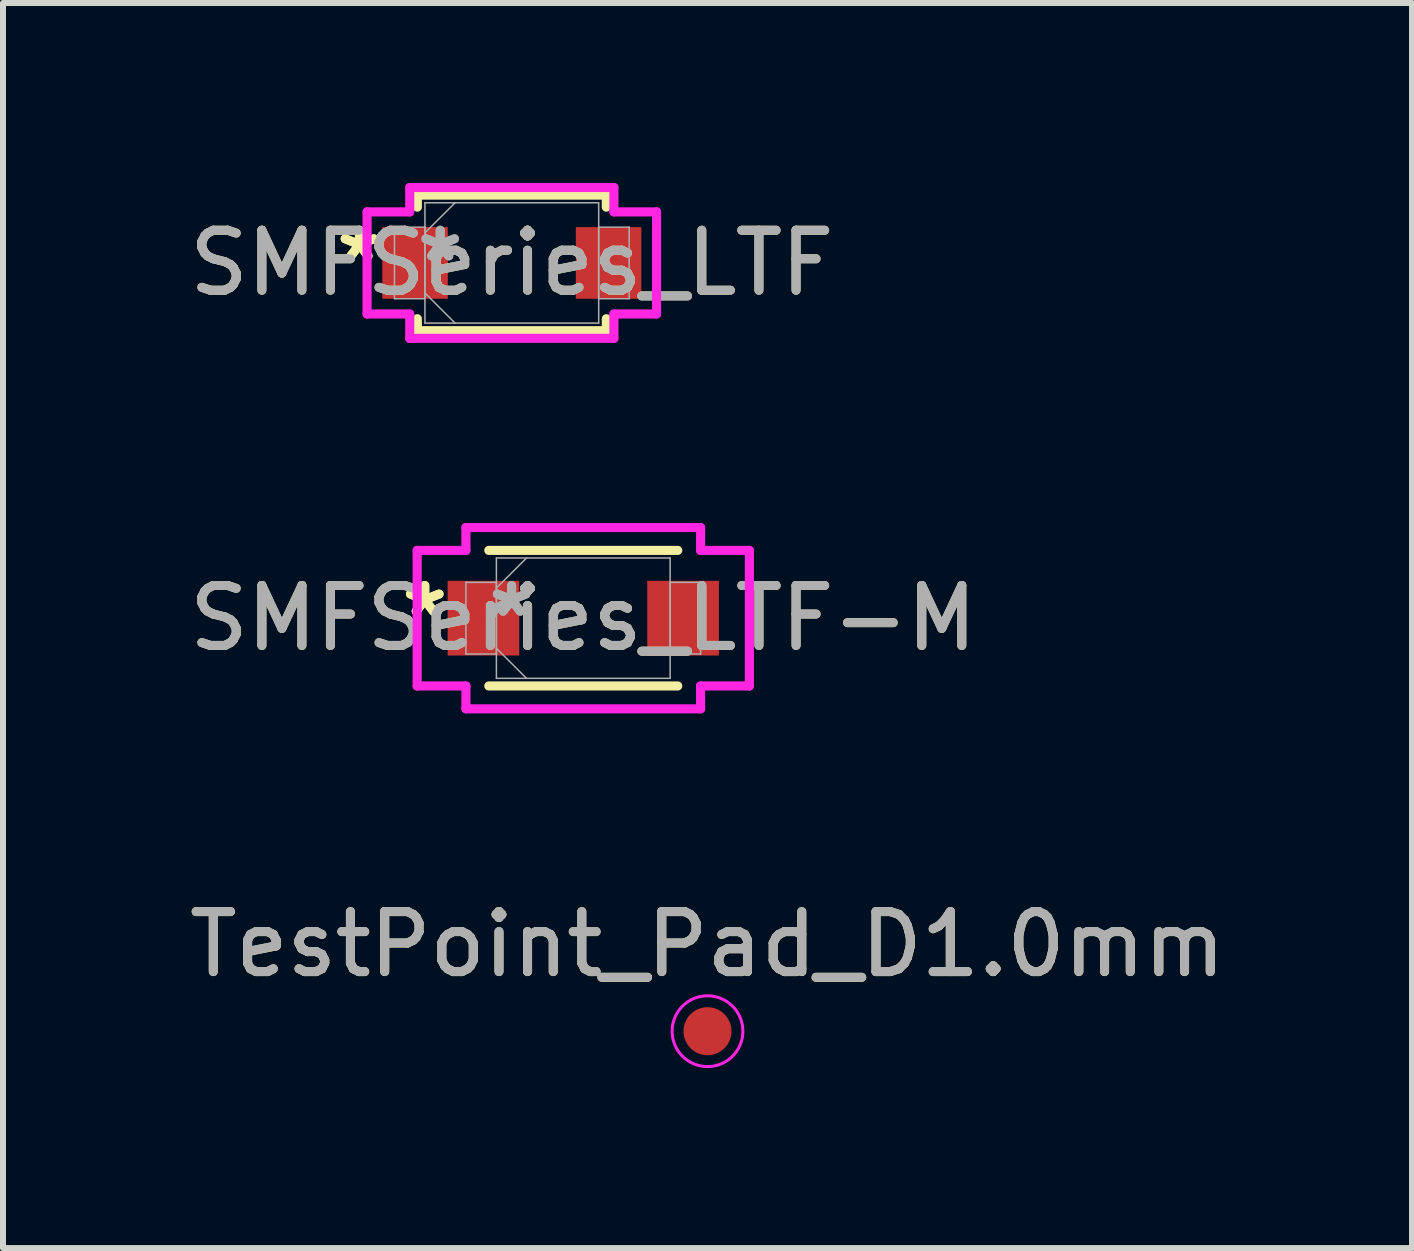
<source format=kicad_pcb>
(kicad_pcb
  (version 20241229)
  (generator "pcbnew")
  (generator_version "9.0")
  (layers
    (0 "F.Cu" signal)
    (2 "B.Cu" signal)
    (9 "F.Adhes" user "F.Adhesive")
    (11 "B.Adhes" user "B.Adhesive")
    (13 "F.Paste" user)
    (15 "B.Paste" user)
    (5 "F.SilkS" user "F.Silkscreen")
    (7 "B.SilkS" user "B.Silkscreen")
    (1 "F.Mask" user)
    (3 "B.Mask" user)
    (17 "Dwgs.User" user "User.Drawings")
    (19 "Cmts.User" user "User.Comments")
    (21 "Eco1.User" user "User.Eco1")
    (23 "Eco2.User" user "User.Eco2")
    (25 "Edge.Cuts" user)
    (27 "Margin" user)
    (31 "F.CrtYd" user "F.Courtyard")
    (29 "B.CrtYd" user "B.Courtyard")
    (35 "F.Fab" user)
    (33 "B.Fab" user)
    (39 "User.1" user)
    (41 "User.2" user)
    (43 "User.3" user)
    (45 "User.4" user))
  (footprint "SMFSeries_LTF"
    (layer "F.Cu")
    (at 5.482 1.333)
    (property "Reference" "SMFSeries_LTF" (at 0 0 0) (unlocked yes) (layer "F.SilkS") (effects (font (size 1 1) (thickness 0.15))))
    (attr smd)
    (fp_line (start -1.575 -1.13) (end -1.575 -0.93) (stroke (width 0.152) (type solid)) (layer "F.SilkS"))
    (fp_line (start -1.575 0.93) (end -1.575 1.13) (stroke (width 0.152) (type solid)) (layer "F.SilkS"))
    (fp_line (start -1.575 1.13) (end 1.575 1.13) (stroke (width 0.152) (type solid)) (layer "F.SilkS"))
    (fp_line (start 1.575 -1.13) (end -1.575 -1.13) (stroke (width 0.152) (type solid)) (layer "F.SilkS"))
    (fp_line (start 1.575 -0.93) (end 1.575 -1.13) (stroke (width 0.152) (type solid)) (layer "F.SilkS"))
    (fp_line (start 1.575 1.13) (end 1.575 0.93) (stroke (width 0.152) (type solid)) (layer "F.SilkS"))
    (fp_line (start -2.413 -0.851) (end -1.702 -0.851) (stroke (width 0.152) (type solid)) (layer "F.CrtYd"))
    (fp_line (start -2.413 0.851) (end -2.413 -0.851) (stroke (width 0.152) (type solid)) (layer "F.CrtYd"))
    (fp_line (start -1.702 -1.257) (end 1.702 -1.257) (stroke (width 0.152) (type solid)) (layer "F.CrtYd"))
    (fp_line (start -1.702 -0.851) (end -1.702 -1.257) (stroke (width 0.152) (type solid)) (layer "F.CrtYd"))
    (fp_line (start -1.702 0.851) (end -2.413 0.851) (stroke (width 0.152) (type solid)) (layer "F.CrtYd"))
    (fp_line (start -1.702 1.257) (end -1.702 0.851) (stroke (width 0.152) (type solid)) (layer "F.CrtYd"))
    (fp_line (start 1.702 -1.257) (end 1.702 -0.851) (stroke (width 0.152) (type solid)) (layer "F.CrtYd"))
    (fp_line (start 1.702 -0.851) (end 2.413 -0.851) (stroke (width 0.152) (type solid)) (layer "F.CrtYd"))
    (fp_line (start 1.702 0.851) (end 1.702 1.257) (stroke (width 0.152) (type solid)) (layer "F.CrtYd"))
    (fp_line (start 1.702 1.257) (end -1.702 1.257) (stroke (width 0.152) (type solid)) (layer "F.CrtYd"))
    (fp_line (start 2.413 -0.851) (end 2.413 0.851) (stroke (width 0.152) (type solid)) (layer "F.CrtYd"))
    (fp_line (start 2.413 0.851) (end 1.702 0.851) (stroke (width 0.152) (type solid)) (layer "F.CrtYd"))
    (fp_line (start -1.956 -0.597) (end -1.956 0.597) (stroke (width 0.025) (type solid)) (layer "F.Fab"))
    (fp_line (start -1.956 0.597) (end -1.448 0.597) (stroke (width 0.025) (type solid)) (layer "F.Fab"))
    (fp_line (start -1.448 -1.003) (end -1.448 1.003) (stroke (width 0.025) (type solid)) (layer "F.Fab"))
    (fp_line (start -1.448 -0.597) (end -1.956 -0.597) (stroke (width 0.025) (type solid)) (layer "F.Fab"))
    (fp_line (start -1.448 -0.502) (end -0.946 -1.003) (stroke (width 0.025) (type solid)) (layer "F.Fab"))
    (fp_line (start -1.448 0.502) (end -0.946 1.003) (stroke (width 0.025) (type solid)) (layer "F.Fab"))
    (fp_line (start -1.448 0.597) (end -1.448 -0.597) (stroke (width 0.025) (type solid)) (layer "F.Fab"))
    (fp_line (start -1.448 1.003) (end 1.448 1.003) (stroke (width 0.025) (type solid)) (layer "F.Fab"))
    (fp_line (start 1.448 -1.003) (end -1.448 -1.003) (stroke (width 0.025) (type solid)) (layer "F.Fab"))
    (fp_line (start 1.448 -0.597) (end 1.448 0.597) (stroke (width 0.025) (type solid)) (layer "F.Fab"))
    (fp_line (start 1.448 0.597) (end 1.956 0.597) (stroke (width 0.025) (type solid)) (layer "F.Fab"))
    (fp_line (start 1.448 1.003) (end 1.448 -1.003) (stroke (width 0.025) (type solid)) (layer "F.Fab"))
    (fp_line (start 1.956 -0.597) (end 1.448 -0.597) (stroke (width 0.025) (type solid)) (layer "F.Fab"))
    (fp_line (start 1.956 0.597) (end 1.956 -0.597) (stroke (width 0.025) (type solid)) (layer "F.Fab"))
    (fp_text user "*" (at -2.54 0 0) (unlocked yes) (layer "F.SilkS") (effects (font (size 1 1) (thickness 0.15))))
    (fp_text user "*" (at -2.54 0 0) (layer "F.SilkS") (effects (font (size 1 1) (thickness 0.15))))
    (fp_text user "*" (at -1.194 0 0) (layer "F.Fab") (effects (font (size 1 1) (thickness 0.15))))
    (fp_text user "${REFERENCE}" (at 0 0 0) (unlocked yes) (layer "F.Fab") (effects (font (size 1 1) (thickness 0.15))))
    (fp_text user "*" (at -1.194 0 0) (unlocked yes) (layer "F.Fab") (effects (font (size 1 1) (thickness 0.15))))
    (pad "1" smd rect (at -1.613 0) (size 1.092 1.194) (layers "F.Cu" "F.Mask" "F.Paste"))
    (pad "2" smd rect (at 1.613 0) (size 1.092 1.194) (layers "F.Cu" "F.Mask" "F.Paste"))
    (zone (net_name "") (layer "F.Cu") (hatch full 0.508) (connect_pads) (min_thickness 0.254) (filled_areas_thickness no) (keepout (tracks not_allowed) (vias not_allowed) (pads allowed) (copperpour not_allowed) (footprints allowed)) (placement (enabled no)) (fill) (polygon (pts (xy 4.466 0.381) (xy 6.498 0.381) (xy 6.498 2.286) (xy 4.466 2.286)))))
  (footprint "SMFSeries_LTF-M"
    (layer "F.Cu")
    (at 6.673 7.255)
    (property "Reference" "SMFSeries_LTF-M" (at 0 0 0) (unlocked yes) (layer "F.SilkS") (effects (font (size 1 1) (thickness 0.15))))
    (attr smd)
    (fp_line (start -1.575 1.13) (end 1.575 1.13) (stroke (width 0.152) (type solid)) (layer "F.SilkS"))
    (fp_line (start 1.575 -1.13) (end -1.575 -1.13) (stroke (width 0.152) (type solid)) (layer "F.SilkS"))
    (fp_line (start -2.769 -1.13) (end -1.956 -1.13) (stroke (width 0.152) (type solid)) (layer "F.CrtYd"))
    (fp_line (start -2.769 1.13) (end -2.769 -1.13) (stroke (width 0.152) (type solid)) (layer "F.CrtYd"))
    (fp_line (start -1.956 -1.511) (end 1.956 -1.511) (stroke (width 0.152) (type solid)) (layer "F.CrtYd"))
    (fp_line (start -1.956 -1.13) (end -1.956 -1.511) (stroke (width 0.152) (type solid)) (layer "F.CrtYd"))
    (fp_line (start -1.956 1.13) (end -2.769 1.13) (stroke (width 0.152) (type solid)) (layer "F.CrtYd"))
    (fp_line (start -1.956 1.511) (end -1.956 1.13) (stroke (width 0.152) (type solid)) (layer "F.CrtYd"))
    (fp_line (start 1.956 -1.511) (end 1.956 -1.13) (stroke (width 0.152) (type solid)) (layer "F.CrtYd"))
    (fp_line (start 1.956 -1.13) (end 2.769 -1.13) (stroke (width 0.152) (type solid)) (layer "F.CrtYd"))
    (fp_line (start 1.956 1.13) (end 1.956 1.511) (stroke (width 0.152) (type solid)) (layer "F.CrtYd"))
    (fp_line (start 1.956 1.511) (end -1.956 1.511) (stroke (width 0.152) (type solid)) (layer "F.CrtYd"))
    (fp_line (start 2.769 -1.13) (end 2.769 1.13) (stroke (width 0.152) (type solid)) (layer "F.CrtYd"))
    (fp_line (start 2.769 1.13) (end 1.956 1.13) (stroke (width 0.152) (type solid)) (layer "F.CrtYd"))
    (fp_line (start -1.956 -0.597) (end -1.956 0.597) (stroke (width 0.025) (type solid)) (layer "F.Fab"))
    (fp_line (start -1.956 0.597) (end -1.448 0.597) (stroke (width 0.025) (type solid)) (layer "F.Fab"))
    (fp_line (start -1.448 -1.003) (end -1.448 1.003) (stroke (width 0.025) (type solid)) (layer "F.Fab"))
    (fp_line (start -1.448 -0.597) (end -1.956 -0.597) (stroke (width 0.025) (type solid)) (layer "F.Fab"))
    (fp_line (start -1.448 -0.502) (end -0.946 -1.003) (stroke (width 0.025) (type solid)) (layer "F.Fab"))
    (fp_line (start -1.448 0.502) (end -0.946 1.003) (stroke (width 0.025) (type solid)) (layer "F.Fab"))
    (fp_line (start -1.448 0.597) (end -1.448 -0.597) (stroke (width 0.025) (type solid)) (layer "F.Fab"))
    (fp_line (start -1.448 1.003) (end 1.448 1.003) (stroke (width 0.025) (type solid)) (layer "F.Fab"))
    (fp_line (start 1.448 -1.003) (end -1.448 -1.003) (stroke (width 0.025) (type solid)) (layer "F.Fab"))
    (fp_line (start 1.448 -0.597) (end 1.448 0.597) (stroke (width 0.025) (type solid)) (layer "F.Fab"))
    (fp_line (start 1.448 0.597) (end 1.956 0.597) (stroke (width 0.025) (type solid)) (layer "F.Fab"))
    (fp_line (start 1.448 1.003) (end 1.448 -1.003) (stroke (width 0.025) (type solid)) (layer "F.Fab"))
    (fp_line (start 1.956 -0.597) (end 1.448 -0.597) (stroke (width 0.025) (type solid)) (layer "F.Fab"))
    (fp_line (start 1.956 0.597) (end 1.956 -0.597) (stroke (width 0.025) (type solid)) (layer "F.Fab"))
    (fp_text user "*" (at -2.642 0 0) (layer "F.SilkS") (effects (font (size 1 1) (thickness 0.15))))
    (fp_text user "*" (at -2.642 0 0) (unlocked yes) (layer "F.SilkS") (effects (font (size 1 1) (thickness 0.15))))
    (fp_text user "${REFERENCE}" (at 0 0 0) (unlocked yes) (layer "F.Fab") (effects (font (size 1 1) (thickness 0.15))))
    (fp_text user "*" (at -1.194 0 0) (unlocked yes) (layer "F.Fab") (effects (font (size 1 1) (thickness 0.15))))
    (fp_text user "*" (at -1.194 0 0) (layer "F.Fab") (effects (font (size 1 1) (thickness 0.15))))
    (pad "1" smd rect (at -1.664 0) (size 1.194 1.245) (layers "F.Cu" "F.Mask" "F.Paste"))
    (pad "2" smd rect (at 1.664 0) (size 1.194 1.245) (layers "F.Cu" "F.Mask" "F.Paste"))
    (zone (net_name "") (layer "F.Cu") (hatch full 0.508) (connect_pads) (min_thickness 0.254) (filled_areas_thickness no) (keepout (tracks not_allowed) (vias not_allowed) (pads allowed) (copperpour not_allowed) (footprints allowed)) (placement (enabled no)) (fill) (polygon (pts (xy 5.657 6.302) (xy 7.689 6.302) (xy 7.689 8.207) (xy 5.657 8.207)))))
  (footprint "TestPoint_Pad_D1.0mm"
    (layer "F.Cu")
    (at 8.744 14.14)
    (property "Reference" "TestPoint_Pad_D1.0mm" (at 0 -1.448 0) (layer "F.SilkS") (effects (font (size 1 1) (thickness 0.15))))
    (attr exclude_from_pos_files)
    (fp_circle (center 0 0) (end 0.59 0) (stroke (width 0.05) (type solid)) (fill no) (layer "F.CrtYd"))
    (fp_text user "${REFERENCE}" (at 0 -1.45 0) (layer "F.Fab") (effects (font (size 1 1) (thickness 0.15))))
    (pad "1" smd circle (at 0 0) (size 0.8 0.8) (layers "F.Cu" "F.Mask")))
  (gr_rect
    (start -3 -3)
    (end 20.488 17.755)
    (stroke (width 0.1) (type default))
    (fill no)
    (layer "Edge.Cuts")))
</source>
